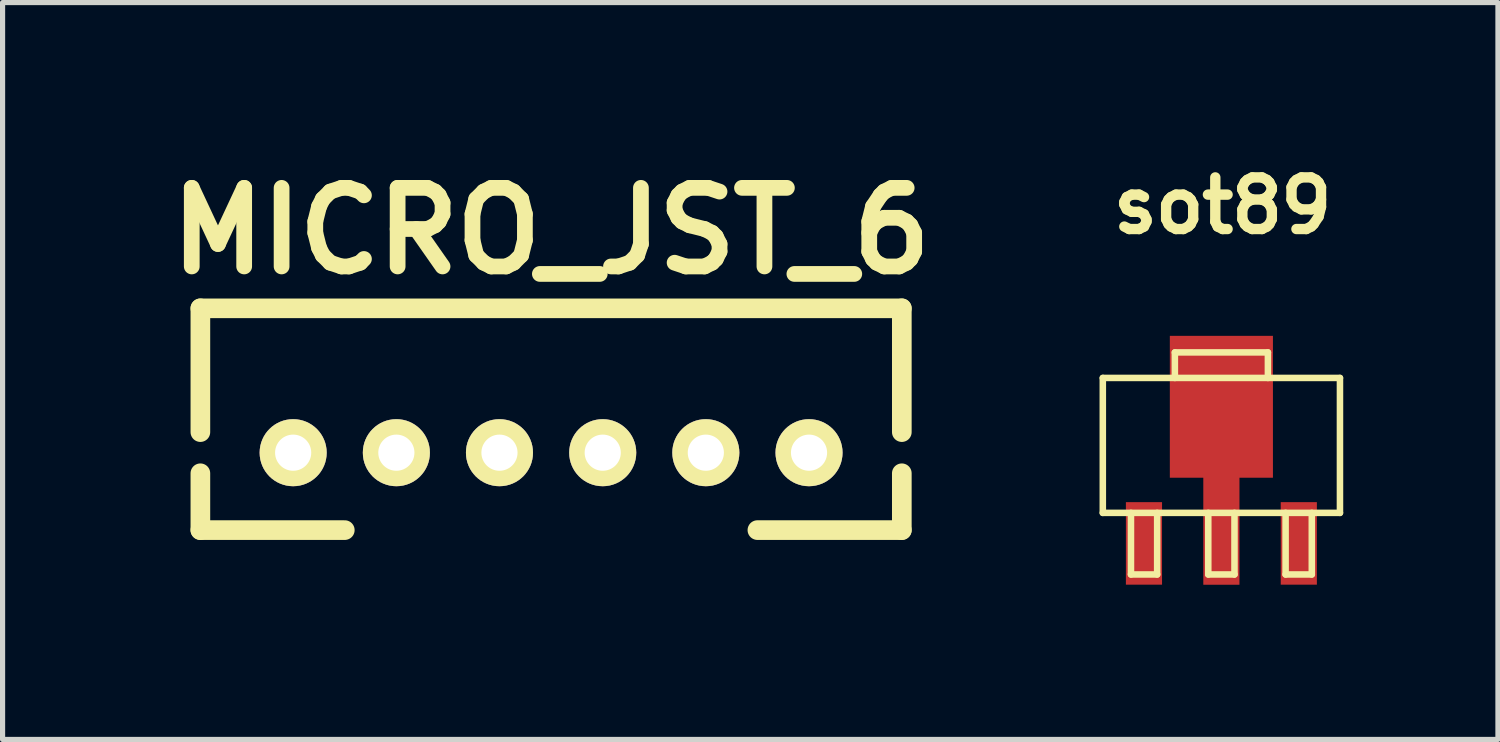
<source format=kicad_pcb>
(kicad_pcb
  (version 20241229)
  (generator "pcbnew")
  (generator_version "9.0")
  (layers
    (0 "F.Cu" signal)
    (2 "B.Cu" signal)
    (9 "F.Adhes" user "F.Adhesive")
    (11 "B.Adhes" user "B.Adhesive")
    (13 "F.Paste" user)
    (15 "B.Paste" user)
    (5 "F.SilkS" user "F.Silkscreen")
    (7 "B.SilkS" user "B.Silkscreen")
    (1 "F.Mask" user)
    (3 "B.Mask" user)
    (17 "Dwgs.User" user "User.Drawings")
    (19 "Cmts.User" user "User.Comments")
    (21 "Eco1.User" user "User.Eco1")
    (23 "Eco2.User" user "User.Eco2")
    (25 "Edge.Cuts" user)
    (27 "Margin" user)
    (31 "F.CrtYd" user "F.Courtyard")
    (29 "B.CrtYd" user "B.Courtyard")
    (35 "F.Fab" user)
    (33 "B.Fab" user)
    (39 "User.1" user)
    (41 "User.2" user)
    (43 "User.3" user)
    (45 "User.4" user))
  (footprint "sot89"
    (layer "F.Cu")
    (at 20.631 5.586)
    (property "Reference" "sot89" (at 0.025 -4.648 0) (layer "F.SilkS") (effects (font (size 1.001 1.001) (thickness 0.201))))
    (attr through_hole)
    (fp_line (start -2.299 -1.308) (end 2.299 -1.308) (stroke (width 0.127) (type solid)) (layer "F.SilkS"))
    (fp_line (start -2.299 1.308) (end -2.299 -1.308) (stroke (width 0.127) (type solid)) (layer "F.SilkS"))
    (fp_line (start -1.753 2.502) (end -1.753 1.308) (stroke (width 0.127) (type solid)) (layer "F.SilkS"))
    (fp_line (start -1.753 2.502) (end -1.245 2.502) (stroke (width 0.127) (type solid)) (layer "F.SilkS"))
    (fp_line (start -1.245 2.502) (end -1.245 1.308) (stroke (width 0.127) (type solid)) (layer "F.SilkS"))
    (fp_line (start -0.902 -1.803) (end -0.902 -1.308) (stroke (width 0.127) (type solid)) (layer "F.SilkS"))
    (fp_line (start -0.902 -1.803) (end 0.902 -1.803) (stroke (width 0.127) (type solid)) (layer "F.SilkS"))
    (fp_line (start -0.254 2.502) (end -0.254 1.308) (stroke (width 0.127) (type solid)) (layer "F.SilkS"))
    (fp_line (start -0.254 2.502) (end 0.254 2.502) (stroke (width 0.127) (type solid)) (layer "F.SilkS"))
    (fp_line (start 0.254 2.502) (end 0.254 1.308) (stroke (width 0.127) (type solid)) (layer "F.SilkS"))
    (fp_line (start 0.902 -1.803) (end 0.902 -1.308) (stroke (width 0.127) (type solid)) (layer "F.SilkS"))
    (fp_line (start 1.245 2.502) (end 1.245 1.308) (stroke (width 0.127) (type solid)) (layer "F.SilkS"))
    (fp_line (start 1.245 2.502) (end 1.753 2.502) (stroke (width 0.127) (type solid)) (layer "F.SilkS"))
    (fp_line (start 1.753 2.502) (end 1.753 1.308) (stroke (width 0.127) (type solid)) (layer "F.SilkS"))
    (fp_line (start 2.299 -1.308) (end 2.299 1.308) (stroke (width 0.127) (type solid)) (layer "F.SilkS"))
    (fp_line (start 2.299 1.308) (end -2.299 1.308) (stroke (width 0.127) (type solid)) (layer "F.SilkS"))
    (pad "1" smd rect (at -1.501 1.9) (size 0.701 1.6) (layers "F.Cu" "F.Mask" "F.Paste"))
    (pad "2" smd rect (at 0 -0.749) (size 1.999 2.751) (layers "F.Cu" "F.Mask" "F.Paste"))
    (pad "2" smd rect (at 0 1.651) (size 0.701 2.101) (layers "F.Cu" "F.Mask" "F.Paste"))
    (pad "3" smd rect (at 1.501 1.9) (size 0.701 1.6) (layers "F.Cu" "F.Mask" "F.Paste")))
  (footprint "MICRO_JST_6"
    (layer "F.Cu")
    (at 7.635 5.727)
    (property "Reference" "MICRO_JST_6" (at 0 -4.3 0) (layer "F.SilkS") (effects (font (size 1.524 1.524) (thickness 0.305))))
    (attr through_hole)
    (fp_line (start -6.8 -2.799) (end -6.8 -0.399) (stroke (width 0.381) (type solid)) (layer "F.SilkS"))
    (fp_line (start -6.8 -2.799) (end 6.8 -2.799) (stroke (width 0.381) (type solid)) (layer "F.SilkS"))
    (fp_line (start -6.8 1.501) (end -6.8 0.399) (stroke (width 0.381) (type solid)) (layer "F.SilkS"))
    (fp_line (start -4 1.501) (end -6.8 1.501) (stroke (width 0.381) (type solid)) (layer "F.SilkS"))
    (fp_line (start 6.8 -2.799) (end 6.8 -0.399) (stroke (width 0.381) (type solid)) (layer "F.SilkS"))
    (fp_line (start 6.8 1.501) (end 4 1.501) (stroke (width 0.381) (type solid)) (layer "F.SilkS"))
    (fp_line (start 6.8 1.501) (end 6.8 0.399) (stroke (width 0.381) (type solid)) (layer "F.SilkS"))
    (pad "1" thru_hole circle (at -5.001 0) (size 1.3 1.3) (drill 0.701) (layers "*.Cu" "*.Mask" "F.SilkS"))
    (pad "2" thru_hole circle (at -3 0) (size 1.3 1.3) (drill 0.701) (layers "*.Cu" "*.Mask" "F.SilkS"))
    (pad "3" thru_hole circle (at -1.001 0) (size 1.3 1.3) (drill 0.701) (layers "*.Cu" "*.Mask" "F.SilkS"))
    (pad "4" thru_hole circle (at 1.001 0) (size 1.3 1.3) (drill 0.701) (layers "*.Cu" "*.Mask" "F.SilkS"))
    (pad "5" thru_hole circle (at 3 0) (size 1.3 1.3) (drill 0.701) (layers "*.Cu" "*.Mask" "F.SilkS"))
    (pad "6" thru_hole circle (at 5.001 0) (size 1.3 1.3) (drill 0.701) (layers "*.Cu" "*.Mask" "F.SilkS")))
  (gr_rect
    (start -3 -3)
    (end 25.993 11.287)
    (stroke (width 0.1) (type default))
    (fill no)
    (layer "Edge.Cuts")))
</source>
